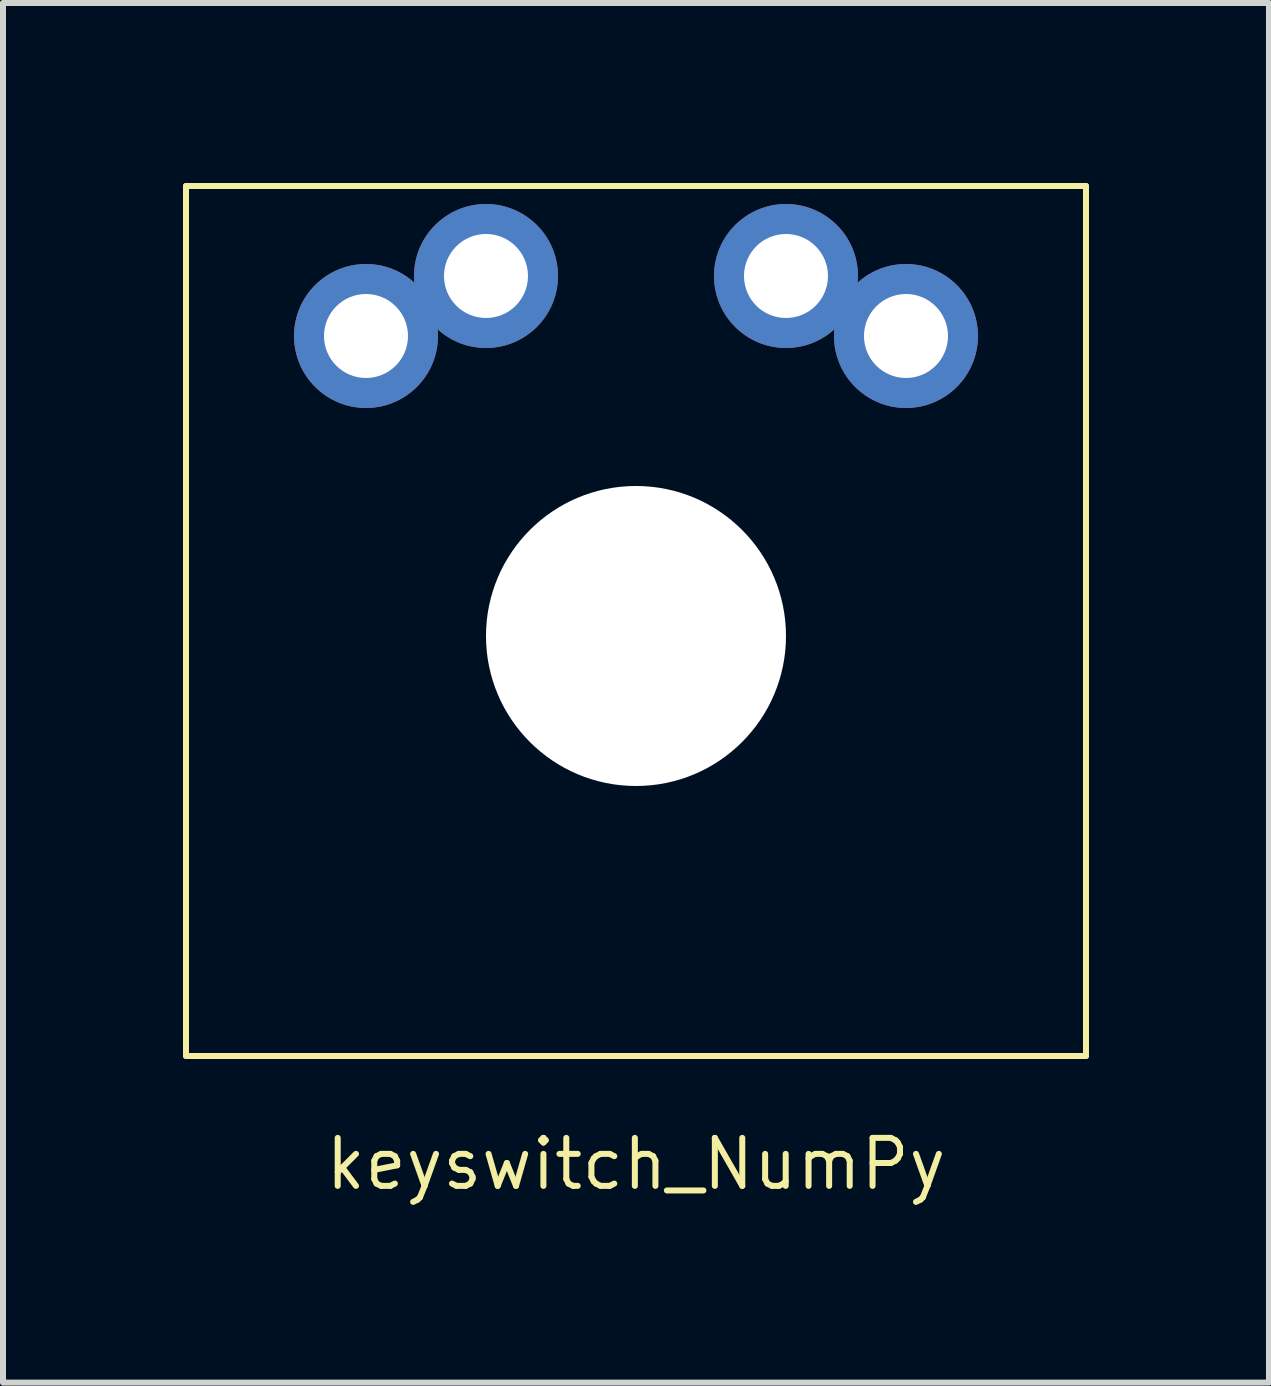
<source format=kicad_pcb>
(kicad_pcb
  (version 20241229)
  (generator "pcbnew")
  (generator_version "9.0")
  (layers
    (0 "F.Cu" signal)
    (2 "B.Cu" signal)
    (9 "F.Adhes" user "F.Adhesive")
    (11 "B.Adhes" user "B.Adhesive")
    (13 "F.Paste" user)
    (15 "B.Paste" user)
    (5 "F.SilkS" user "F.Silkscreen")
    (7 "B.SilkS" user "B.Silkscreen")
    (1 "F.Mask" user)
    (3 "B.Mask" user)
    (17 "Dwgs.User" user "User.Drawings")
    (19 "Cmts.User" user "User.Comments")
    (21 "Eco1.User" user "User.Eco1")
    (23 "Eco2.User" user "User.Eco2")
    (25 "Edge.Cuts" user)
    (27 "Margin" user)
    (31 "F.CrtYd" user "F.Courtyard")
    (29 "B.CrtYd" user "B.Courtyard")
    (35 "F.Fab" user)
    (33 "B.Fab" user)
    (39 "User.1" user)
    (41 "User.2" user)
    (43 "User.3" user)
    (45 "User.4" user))
  (footprint "keyswitch_NumPy"
    (layer "F.Cu")
    (at 7.55 7.55)
    (property "Reference" "keyswitch_NumPy" (at 0 8.8 0) (layer "F.SilkS") (effects (font (size 0.8 0.8) (thickness 0.1) (bold yes))))
    (attr smd)
    (fp_line (start -7.5 -7.5) (end 7.5 -7.5) (stroke (width 0.1) (type default)) (layer "F.SilkS"))
    (fp_line (start -7.5 7) (end -7.5 -7.5) (stroke (width 0.1) (type default)) (layer "F.SilkS"))
    (fp_line (start 7.5 -7.5) (end 7.5 7) (stroke (width 0.1) (type default)) (layer "F.SilkS"))
    (fp_line (start 7.5 7) (end -7.5 7) (stroke (width 0.1) (type default)) (layer "F.SilkS"))
    (pad "" np_thru_hole circle (at 0 0 270) (size 5 5) (drill 5) (layers "*.Cu" "*.Mask"))
    (pad "1" thru_hole circle (at -4.5 -5) (size 2.4 2.4) (drill 1.4) (layers "*.Cu" "*.Mask"))
    (pad "1" thru_hole circle (at 4.5 -5) (size 2.4 2.4) (drill 1.4) (layers "*.Cu" "*.Mask"))
    (pad "2" thru_hole circle (at -2.5 -6) (size 2.4 2.4) (drill 1.4) (layers "*.Cu" "*.Mask"))
    (pad "2" thru_hole circle (at 2.5 -6) (size 2.4 2.4) (drill 1.4) (layers "*.Cu" "*.Mask")))
  (gr_rect
    (start -3 -3)
    (end 18.1 19.994)
    (stroke (width 0.1) (type default))
    (fill no)
    (layer "Edge.Cuts")))
</source>
